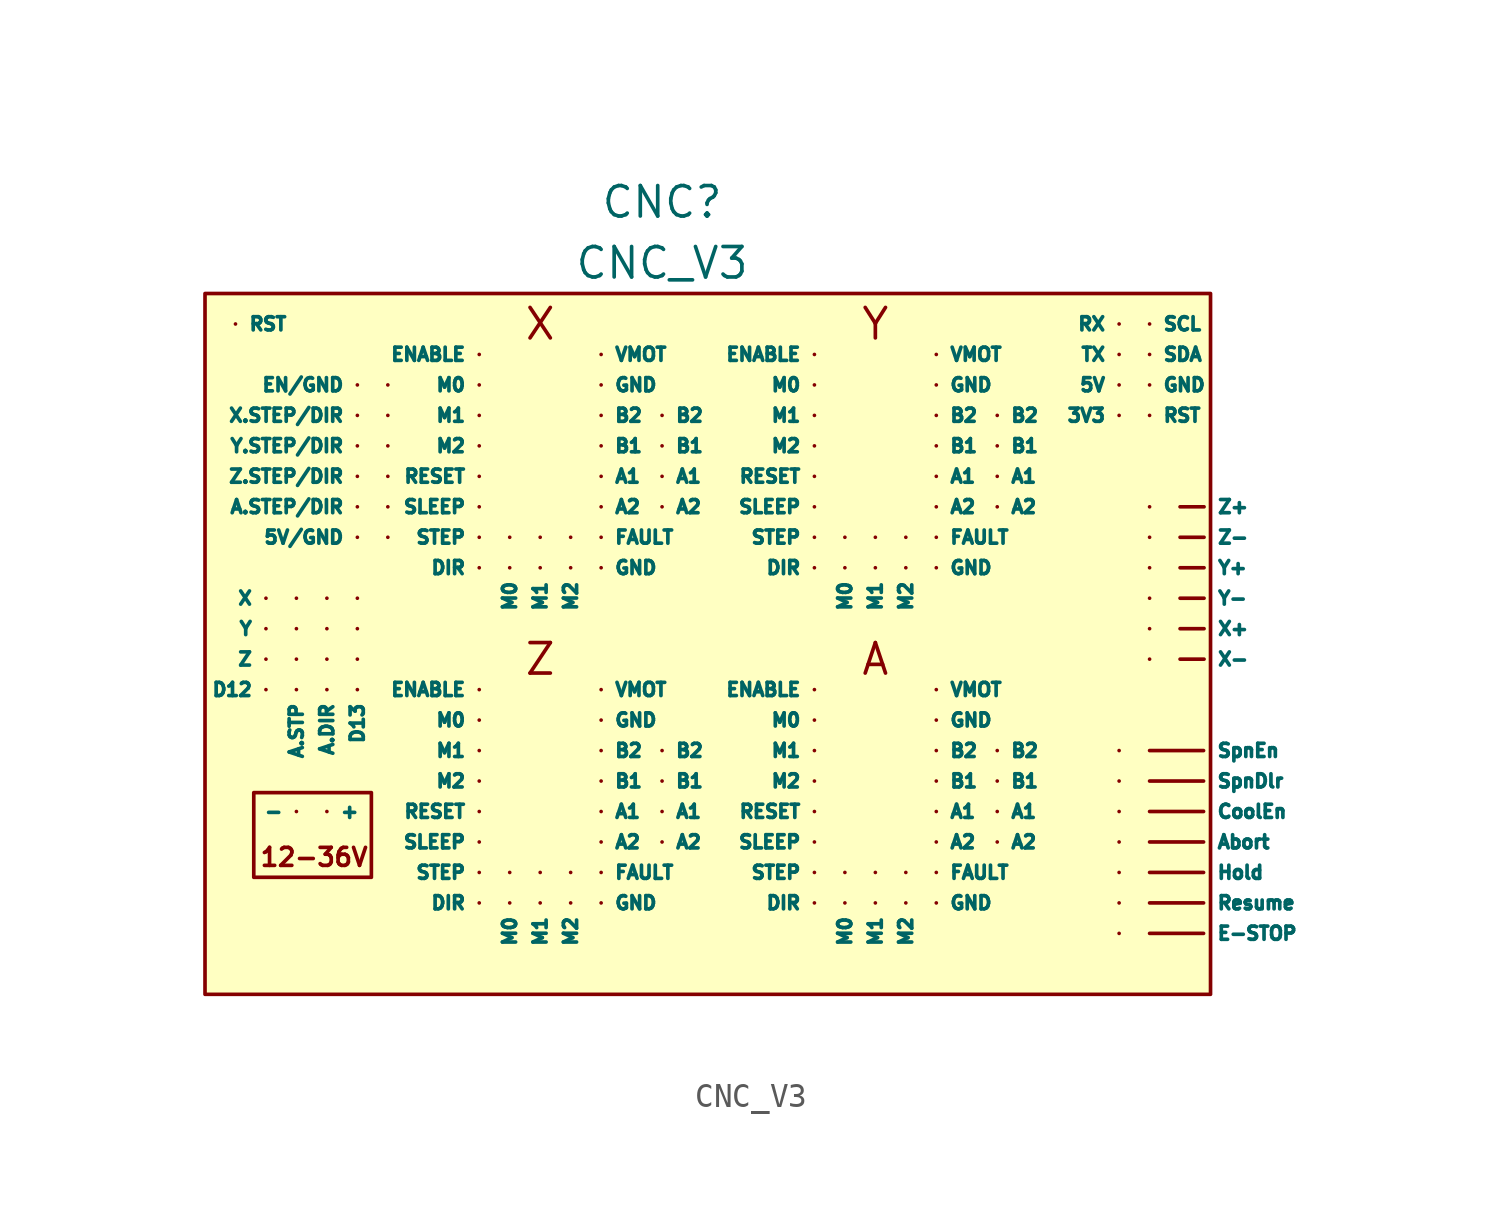
<source format=kicad_sym>
(kicad_symbol_lib
  (version 20211014)
  (generator kicad_symbol_editor)
  (symbol "CNC_V3"
    (pin_numbers hide)
    (property "Reference" "CNC"
      (at 3.81 0 0)
      (effects (font (size 1.27 1.27))))
    (property "Value" "CNC_V3"
      (at 3.81 -2.54 0)
      (effects (font (size 1.27 1.27))))
    (symbol "CNC_V3_0_0"
      (rectangle (start -13.208 -24.613) (end -8.306 -28.143) (stroke (width 0) (type default) (color 0 0 0 0)) (fill (type none)))
      (text "12-36V" (at -10.693 -27.305 0) (effects (font (size 0.75 0.75))))
      (text "A" (at 12.7 -19.05 0) (effects (font (size 1.27 1.27))))
      (text "X" (at -1.27 -5.08 0) (effects (font (size 1.27 1.27))))
      (text "Y" (at 12.7 -5.08 0) (effects (font (size 1.27 1.27))))
      (text "Z" (at -1.27 -19.05 0) (effects (font (size 1.27 1.27)))))
    (symbol "CNC_V3_0_1"
      (rectangle (start -15.24 -3.81) (end 26.67 -33.02) (stroke (width 0) (type default) (color 0 0 0 0)) (fill (type background))))
    (symbol "CNC_V3_1_1"
      (pin input line (at -11.43 -19.05 180) (length 0) (name "" (effects (font (size 0.55 0.55)))) (number "" (effects (font (size 1.27 1.27)))))
      (pin input line (at -11.43 -17.78 180) (length 0) (name "" (effects (font (size 0.55 0.55)))) (number "" (effects (font (size 1.27 1.27)))))
      (pin input line (at -11.43 -16.51 180) (length 0) (name "" (effects (font (size 0.55 0.55)))) (number "" (effects (font (size 1.27 1.27)))))
      (pin input line (at -10.16 -19.05 180) (length 0) (name "" (effects (font (size 0.55 0.55)))) (number "" (effects (font (size 1.27 1.27)))))
      (pin input line (at -10.16 -17.78 180) (length 0) (name "" (effects (font (size 0.55 0.55)))) (number "" (effects (font (size 1.27 1.27)))))
      (pin input line (at -10.16 -16.51 180) (length 0) (name "" (effects (font (size 0.55 0.55)))) (number "" (effects (font (size 1.27 1.27)))))
      (pin input line (at -8.89 -19.05 180) (length 0) (name "" (effects (font (size 0.55 0.55)))) (number "" (effects (font (size 1.27 1.27)))))
      (pin input line (at -8.89 -17.78 180) (length 0) (name "" (effects (font (size 0.55 0.55)))) (number "" (effects (font (size 1.27 1.27)))))
      (pin input line (at -8.89 -16.51 180) (length 0) (name "" (effects (font (size 0.55 0.55)))) (number "" (effects (font (size 1.27 1.27)))))
      (pin input line (at -7.62 -13.97 180) (length 0) (name "" (effects (font (size 0.77 0.77)))) (number "" (effects (font (size 1.27 1.27)))))
      (pin input line (at -7.62 -12.7 180) (length 0) (name "" (effects (font (size 0.77 0.77)))) (number "" (effects (font (size 1.27 1.27)))))
      (pin input line (at -7.62 -11.43 180) (length 0) (name "" (effects (font (size 0.77 0.77)))) (number "" (effects (font (size 1.27 1.27)))))
      (pin input line (at -7.62 -10.16 180) (length 0) (name "" (effects (font (size 0.77 0.77)))) (number "" (effects (font (size 1.27 1.27)))))
      (pin input line (at -7.62 -8.89 180) (length 0) (name "" (effects (font (size 0.77 0.77)))) (number "" (effects (font (size 1.27 1.27)))))
      (pin input line (at -7.62 -7.62 180) (length 0) (name "" (effects (font (size 0.77 0.77)))) (number "" (effects (font (size 1.27 1.27)))))
      (pin input line (at -2.54 -27.94 270) (length 0) (name "" (effects (font (size 0.55 0.55)))) (number "" (effects (font (size 1.27 1.27)))))
      (pin input line (at -2.54 -13.97 270) (length 0) (name "" (effects (font (size 0.55 0.55)))) (number "" (effects (font (size 1.27 1.27)))))
      (pin input line (at -1.27 -27.94 270) (length 0) (name "" (effects (font (size 0.55 0.55)))) (number "" (effects (font (size 1.27 1.27)))))
      (pin input line (at -1.27 -13.97 270) (length 0) (name "" (effects (font (size 0.55 0.55)))) (number "" (effects (font (size 1.27 1.27)))))
      (pin input line (at 0 -27.94 270) (length 0) (name "" (effects (font (size 0.55 0.55)))) (number "" (effects (font (size 1.27 1.27)))))
      (pin input line (at 0 -13.97 270) (length 0) (name "" (effects (font (size 0.55 0.55)))) (number "" (effects (font (size 1.27 1.27)))))
      (pin input line (at 11.43 -27.94 270) (length 0) (name "" (effects (font (size 0.55 0.55)))) (number "" (effects (font (size 1.27 1.27)))))
      (pin input line (at 11.43 -13.97 270) (length 0) (name "" (effects (font (size 0.55 0.55)))) (number "" (effects (font (size 1.27 1.27)))))
      (pin input line (at 12.7 -27.94 270) (length 0) (name "" (effects (font (size 0.55 0.55)))) (number "" (effects (font (size 1.27 1.27)))))
      (pin input line (at 12.7 -13.97 270) (length 0) (name "" (effects (font (size 0.55 0.55)))) (number "" (effects (font (size 1.27 1.27)))))
      (pin input line (at 13.97 -27.94 270) (length 0) (name "" (effects (font (size 0.55 0.55)))) (number "" (effects (font (size 1.27 1.27)))))
      (pin input line (at 13.97 -13.97 270) (length 0) (name "" (effects (font (size 0.55 0.55)))) (number "" (effects (font (size 1.27 1.27)))))
      (pin input line (at -10.16 -25.4 0) (length 0) (name "+" (effects (font (size 0.55 0.55)))) (number "" (effects (font (size 1.27 1.27)))))
      (pin input line (at -11.43 -25.4 180) (length 0) (name "-" (effects (font (size 0.55 0.55)))) (number "" (effects (font (size 1.27 1.27)))))
      (pin input line (at 22.86 -8.89 180) (length 0) (name "3V3" (effects (font (size 0.55 0.55)))) (number "" (effects (font (size 1.27 1.27)))))
      (pin input line (at 22.86 -7.62 180) (length 0) (name "5V" (effects (font (size 0.55 0.55)))) (number "" (effects (font (size 1.27 1.27)))))
      (pin input line (at -8.89 -13.97 180) (length 0) (name "5V/GND" (effects (font (size 0.55 0.55)))) (number "" (effects (font (size 1.27 1.27)))))
      (pin input line (at -10.16 -20.32 270) (length 0) (name "A.DIR" (effects (font (size 0.55 0.55)))) (number "" (effects (font (size 1.27 1.27)))))
      (pin input line (at -8.89 -12.7 180) (length 0) (name "A.STEP/DIR" (effects (font (size 0.55 0.55)))) (number "" (effects (font (size 1.27 1.27)))))
      (pin input line (at -11.43 -20.32 270) (length 0) (name "A.STP" (effects (font (size 0.55 0.55)))) (number "" (effects (font (size 1.27 1.27)))))
      (pin input line (at 1.27 -25.4 0) (length 0) (name "A1" (effects (font (size 0.55 0.55)))) (number "" (effects (font (size 1.27 1.27)))))
      (pin input line (at 1.27 -11.43 0) (length 0) (name "A1" (effects (font (size 0.55 0.55)))) (number "" (effects (font (size 1.27 1.27)))))
      (pin input line (at 3.81 -25.4 0) (length 0) (name "A1" (effects (font (size 0.55 0.55)))) (number "" (effects (font (size 1.27 1.27)))))
      (pin input line (at 3.81 -11.43 0) (length 0) (name "A1" (effects (font (size 0.55 0.55)))) (number "" (effects (font (size 1.27 1.27)))))
      (pin input line (at 15.24 -25.4 0) (length 0) (name "A1" (effects (font (size 0.55 0.55)))) (number "" (effects (font (size 1.27 1.27)))))
      (pin input line (at 15.24 -11.43 0) (length 0) (name "A1" (effects (font (size 0.55 0.55)))) (number "" (effects (font (size 1.27 1.27)))))
      (pin input line (at 17.78 -25.4 0) (length 0) (name "A1" (effects (font (size 0.55 0.55)))) (number "" (effects (font (size 1.27 1.27)))))
      (pin input line (at 17.78 -11.43 0) (length 0) (name "A1" (effects (font (size 0.55 0.55)))) (number "" (effects (font (size 1.27 1.27)))))
      (pin input line (at 1.27 -26.67 0) (length 0) (name "A2" (effects (font (size 0.55 0.55)))) (number "" (effects (font (size 1.27 1.27)))))
      (pin input line (at 1.27 -12.7 0) (length 0) (name "A2" (effects (font (size 0.55 0.55)))) (number "" (effects (font (size 1.27 1.27)))))
      (pin input line (at 3.81 -26.67 0) (length 0) (name "A2" (effects (font (size 0.55 0.55)))) (number "" (effects (font (size 1.27 1.27)))))
      (pin input line (at 3.81 -12.7 0) (length 0) (name "A2" (effects (font (size 0.55 0.55)))) (number "" (effects (font (size 1.27 1.27)))))
      (pin input line (at 15.24 -26.67 0) (length 0) (name "A2" (effects (font (size 0.55 0.55)))) (number "" (effects (font (size 1.27 1.27)))))
      (pin input line (at 15.24 -12.7 0) (length 0) (name "A2" (effects (font (size 0.55 0.55)))) (number "" (effects (font (size 1.27 1.27)))))
      (pin input line (at 17.78 -26.67 0) (length 0) (name "A2" (effects (font (size 0.55 0.55)))) (number "" (effects (font (size 1.27 1.27)))))
      (pin input line (at 17.78 -12.7 0) (length 0) (name "A2" (effects (font (size 0.55 0.55)))) (number "" (effects (font (size 1.27 1.27)))))
      (pin input line (at 1.27 -24.13 0) (length 0) (name "B1" (effects (font (size 0.55 0.55)))) (number "" (effects (font (size 1.27 1.27)))))
      (pin input line (at 1.27 -10.16 0) (length 0) (name "B1" (effects (font (size 0.55 0.55)))) (number "" (effects (font (size 1.27 1.27)))))
      (pin input line (at 3.81 -24.13 0) (length 0) (name "B1" (effects (font (size 0.55 0.55)))) (number "" (effects (font (size 1.27 1.27)))))
      (pin input line (at 3.81 -10.16 0) (length 0) (name "B1" (effects (font (size 0.55 0.55)))) (number "" (effects (font (size 1.27 1.27)))))
      (pin input line (at 15.24 -24.13 0) (length 0) (name "B1" (effects (font (size 0.55 0.55)))) (number "" (effects (font (size 1.27 1.27)))))
      (pin input line (at 15.24 -10.16 0) (length 0) (name "B1" (effects (font (size 0.55 0.55)))) (number "" (effects (font (size 1.27 1.27)))))
      (pin input line (at 17.78 -24.13 0) (length 0) (name "B1" (effects (font (size 0.55 0.55)))) (number "" (effects (font (size 1.27 1.27)))))
      (pin input line (at 17.78 -10.16 0) (length 0) (name "B1" (effects (font (size 0.55 0.55)))) (number "" (effects (font (size 1.27 1.27)))))
      (pin input line (at 1.27 -22.86 0) (length 0) (name "B2" (effects (font (size 0.55 0.55)))) (number "" (effects (font (size 1.27 1.27)))))
      (pin input line (at 1.27 -8.89 0) (length 0) (name "B2" (effects (font (size 0.55 0.55)))) (number "" (effects (font (size 1.27 1.27)))))
      (pin input line (at 3.81 -22.86 0) (length 0) (name "B2" (effects (font (size 0.55 0.55)))) (number "" (effects (font (size 1.27 1.27)))))
      (pin input line (at 3.81 -8.89 0) (length 0) (name "B2" (effects (font (size 0.55 0.55)))) (number "" (effects (font (size 1.27 1.27)))))
      (pin input line (at 15.24 -22.86 0) (length 0) (name "B2" (effects (font (size 0.55 0.55)))) (number "" (effects (font (size 1.27 1.27)))))
      (pin input line (at 15.24 -8.89 0) (length 0) (name "B2" (effects (font (size 0.55 0.55)))) (number "" (effects (font (size 1.27 1.27)))))
      (pin input line (at 17.78 -22.86 0) (length 0) (name "B2" (effects (font (size 0.55 0.55)))) (number "" (effects (font (size 1.27 1.27)))))
      (pin input line (at 17.78 -8.89 0) (length 0) (name "B2" (effects (font (size 0.55 0.55)))) (number "" (effects (font (size 1.27 1.27)))))
      (pin input line (at -12.7 -20.32 180) (length 0) (name "D12" (effects (font (size 0.55 0.55)))) (number "" (effects (font (size 1.27 1.27)))))
      (pin input line (at -8.89 -20.32 270) (length 0) (name "D13" (effects (font (size 0.55 0.55)))) (number "" (effects (font (size 1.27 1.27)))))
      (pin input line (at -3.81 -29.21 180) (length 0) (name "DIR" (effects (font (size 0.55 0.55)))) (number "" (effects (font (size 1.27 1.27)))))
      (pin input line (at -3.81 -15.24 180) (length 0) (name "DIR" (effects (font (size 0.55 0.55)))) (number "" (effects (font (size 1.27 1.27)))))
      (pin input line (at 10.16 -29.21 180) (length 0) (name "DIR" (effects (font (size 0.55 0.55)))) (number "" (effects (font (size 1.27 1.27)))))
      (pin input line (at 10.16 -15.24 180) (length 0) (name "DIR" (effects (font (size 0.55 0.55)))) (number "" (effects (font (size 1.27 1.27)))))
      (pin input line (at -8.89 -7.62 180) (length 0) (name "EN/GND" (effects (font (size 0.55 0.55)))) (number "" (effects (font (size 1.27 1.27)))))
      (pin input line (at -3.81 -20.32 180) (length 0) (name "ENABLE" (effects (font (size 0.55 0.55)))) (number "" (effects (font (size 1.27 1.27)))))
      (pin input line (at -3.81 -6.35 180) (length 0) (name "ENABLE" (effects (font (size 0.55 0.55)))) (number "" (effects (font (size 1.27 1.27)))))
      (pin input line (at 10.16 -20.32 180) (length 0) (name "ENABLE" (effects (font (size 0.55 0.55)))) (number "" (effects (font (size 1.27 1.27)))))
      (pin input line (at 10.16 -6.35 180) (length 0) (name "ENABLE" (effects (font (size 0.55 0.55)))) (number "" (effects (font (size 1.27 1.27)))))
      (pin input line (at 1.27 -27.94 0) (length 0) (name "FAULT" (effects (font (size 0.55 0.55)))) (number "" (effects (font (size 1.27 1.27)))))
      (pin input line (at 1.27 -13.97 0) (length 0) (name "FAULT" (effects (font (size 0.55 0.55)))) (number "" (effects (font (size 1.27 1.27)))))
      (pin input line (at 15.24 -27.94 0) (length 0) (name "FAULT" (effects (font (size 0.55 0.55)))) (number "" (effects (font (size 1.27 1.27)))))
      (pin input line (at 15.24 -13.97 0) (length 0) (name "FAULT" (effects (font (size 0.55 0.55)))) (number "" (effects (font (size 1.27 1.27)))))
      (pin input line (at 1.27 -29.21 0) (length 0) (name "GND" (effects (font (size 0.55 0.55)))) (number "" (effects (font (size 1.27 1.27)))))
      (pin input line (at 1.27 -21.59 0) (length 0) (name "GND" (effects (font (size 0.55 0.55)))) (number "" (effects (font (size 1.27 1.27)))))
      (pin input line (at 1.27 -15.24 0) (length 0) (name "GND" (effects (font (size 0.55 0.55)))) (number "" (effects (font (size 1.27 1.27)))))
      (pin input line (at 1.27 -7.62 0) (length 0) (name "GND" (effects (font (size 0.55 0.55)))) (number "" (effects (font (size 1.27 1.27)))))
      (pin input line (at 15.24 -29.21 0) (length 0) (name "GND" (effects (font (size 0.55 0.55)))) (number "" (effects (font (size 1.27 1.27)))))
      (pin input line (at 15.24 -21.59 0) (length 0) (name "GND" (effects (font (size 0.55 0.55)))) (number "" (effects (font (size 1.27 1.27)))))
      (pin input line (at 15.24 -15.24 0) (length 0) (name "GND" (effects (font (size 0.55 0.55)))) (number "" (effects (font (size 1.27 1.27)))))
      (pin input line (at 15.24 -7.62 0) (length 0) (name "GND" (effects (font (size 0.55 0.55)))) (number "" (effects (font (size 1.27 1.27)))))
      (pin input line (at 24.13 -7.62 0) (length 0) (name "GND" (effects (font (size 0.55 0.55)))) (number "" (effects (font (size 1.27 1.27)))))
      (pin input line (at -3.81 -21.59 180) (length 0) (name "M0" (effects (font (size 0.55 0.55)))) (number "" (effects (font (size 1.27 1.27)))))
      (pin input line (at -3.81 -7.62 180) (length 0) (name "M0" (effects (font (size 0.55 0.55)))) (number "" (effects (font (size 1.27 1.27)))))
      (pin input line (at -2.54 -29.21 270) (length 0) (name "M0" (effects (font (size 0.55 0.55)))) (number "" (effects (font (size 1.27 1.27)))))
      (pin input line (at -2.54 -15.24 270) (length 0) (name "M0" (effects (font (size 0.55 0.55)))) (number "" (effects (font (size 1.27 1.27)))))
      (pin input line (at 10.16 -21.59 180) (length 0) (name "M0" (effects (font (size 0.55 0.55)))) (number "" (effects (font (size 1.27 1.27)))))
      (pin input line (at 10.16 -7.62 180) (length 0) (name "M0" (effects (font (size 0.55 0.55)))) (number "" (effects (font (size 1.27 1.27)))))
      (pin input line (at 11.43 -29.21 270) (length 0) (name "M0" (effects (font (size 0.55 0.55)))) (number "" (effects (font (size 1.27 1.27)))))
      (pin input line (at 11.43 -15.24 270) (length 0) (name "M0" (effects (font (size 0.55 0.55)))) (number "" (effects (font (size 1.27 1.27)))))
      (pin input line (at -3.81 -22.86 180) (length 0) (name "M1" (effects (font (size 0.55 0.55)))) (number "" (effects (font (size 1.27 1.27)))))
      (pin input line (at -3.81 -8.89 180) (length 0) (name "M1" (effects (font (size 0.55 0.55)))) (number "" (effects (font (size 1.27 1.27)))))
      (pin input line (at -1.27 -29.21 270) (length 0) (name "M1" (effects (font (size 0.55 0.55)))) (number "" (effects (font (size 1.27 1.27)))))
      (pin input line (at -1.27 -15.24 270) (length 0) (name "M1" (effects (font (size 0.55 0.55)))) (number "" (effects (font (size 1.27 1.27)))))
      (pin input line (at 10.16 -22.86 180) (length 0) (name "M1" (effects (font (size 0.55 0.55)))) (number "" (effects (font (size 1.27 1.27)))))
      (pin input line (at 10.16 -8.89 180) (length 0) (name "M1" (effects (font (size 0.55 0.55)))) (number "" (effects (font (size 1.27 1.27)))))
      (pin input line (at 12.7 -29.21 270) (length 0) (name "M1" (effects (font (size 0.55 0.55)))) (number "" (effects (font (size 1.27 1.27)))))
      (pin input line (at 12.7 -15.24 270) (length 0) (name "M1" (effects (font (size 0.55 0.55)))) (number "" (effects (font (size 1.27 1.27)))))
      (pin input line (at -3.81 -24.13 180) (length 0) (name "M2" (effects (font (size 0.55 0.55)))) (number "" (effects (font (size 1.27 1.27)))))
      (pin input line (at -3.81 -10.16 180) (length 0) (name "M2" (effects (font (size 0.55 0.55)))) (number "" (effects (font (size 1.27 1.27)))))
      (pin input line (at 0 -29.21 270) (length 0) (name "M2" (effects (font (size 0.55 0.55)))) (number "" (effects (font (size 1.27 1.27)))))
      (pin input line (at 0 -15.24 270) (length 0) (name "M2" (effects (font (size 0.55 0.55)))) (number "" (effects (font (size 1.27 1.27)))))
      (pin input line (at 10.16 -24.13 180) (length 0) (name "M2" (effects (font (size 0.55 0.55)))) (number "" (effects (font (size 1.27 1.27)))))
      (pin input line (at 10.16 -10.16 180) (length 0) (name "M2" (effects (font (size 0.55 0.55)))) (number "" (effects (font (size 1.27 1.27)))))
      (pin input line (at 13.97 -29.21 270) (length 0) (name "M2" (effects (font (size 0.55 0.55)))) (number "" (effects (font (size 1.27 1.27)))))
      (pin input line (at 13.97 -15.24 270) (length 0) (name "M2" (effects (font (size 0.55 0.55)))) (number "" (effects (font (size 1.27 1.27)))))
      (pin input line (at -3.81 -25.4 180) (length 0) (name "RESET" (effects (font (size 0.55 0.55)))) (number "" (effects (font (size 1.27 1.27)))))
      (pin input line (at -3.81 -11.43 180) (length 0) (name "RESET" (effects (font (size 0.55 0.55)))) (number "" (effects (font (size 1.27 1.27)))))
      (pin input line (at 10.16 -25.4 180) (length 0) (name "RESET" (effects (font (size 0.55 0.55)))) (number "" (effects (font (size 1.27 1.27)))))
      (pin input line (at 10.16 -11.43 180) (length 0) (name "RESET" (effects (font (size 0.55 0.55)))) (number "" (effects (font (size 1.27 1.27)))))
      (pin input line (at -13.97 -5.08 0) (length 0) (name "RST" (effects (font (size 0.55 0.55)))) (number "" (effects (font (size 1.27 1.27)))))
      (pin input line (at 24.13 -8.89 0) (length 0) (name "RST" (effects (font (size 0.55 0.55)))) (number "" (effects (font (size 1.27 1.27)))))
      (pin input line (at 22.86 -5.08 180) (length 0) (name "RX" (effects (font (size 0.55 0.55)))) (number "" (effects (font (size 1.27 1.27)))))
      (pin input line (at 24.13 -5.08 0) (length 0) (name "SCL" (effects (font (size 0.55 0.55)))) (number "" (effects (font (size 1.27 1.27)))))
      (pin input line (at 24.13 -6.35 0) (length 0) (name "SDA" (effects (font (size 0.55 0.55)))) (number "" (effects (font (size 1.27 1.27)))))
      (pin input line (at -3.81 -26.67 180) (length 0) (name "SLEEP" (effects (font (size 0.55 0.55)))) (number "" (effects (font (size 1.27 1.27)))))
      (pin input line (at -3.81 -12.7 180) (length 0) (name "SLEEP" (effects (font (size 0.55 0.55)))) (number "" (effects (font (size 1.27 1.27)))))
      (pin input line (at 10.16 -26.67 180) (length 0) (name "SLEEP" (effects (font (size 0.55 0.55)))) (number "" (effects (font (size 1.27 1.27)))))
      (pin input line (at 10.16 -12.7 180) (length 0) (name "SLEEP" (effects (font (size 0.55 0.55)))) (number "" (effects (font (size 1.27 1.27)))))
      (pin input line (at -3.81 -27.94 180) (length 0) (name "STEP" (effects (font (size 0.55 0.55)))) (number "" (effects (font (size 1.27 1.27)))))
      (pin input line (at -3.81 -13.97 180) (length 0) (name "STEP" (effects (font (size 0.55 0.55)))) (number "" (effects (font (size 1.27 1.27)))))
      (pin input line (at 10.16 -27.94 180) (length 0) (name "STEP" (effects (font (size 0.55 0.55)))) (number "" (effects (font (size 1.27 1.27)))))
      (pin input line (at 10.16 -13.97 180) (length 0) (name "STEP" (effects (font (size 0.55 0.55)))) (number "" (effects (font (size 1.27 1.27)))))
      (pin input line (at 22.86 -6.35 180) (length 0) (name "TX" (effects (font (size 0.55 0.55)))) (number "" (effects (font (size 1.27 1.27)))))
      (pin input line (at 1.27 -20.32 0) (length 0) (name "VMOT" (effects (font (size 0.55 0.55)))) (number "" (effects (font (size 1.27 1.27)))))
      (pin input line (at 1.27 -6.35 0) (length 0) (name "VMOT" (effects (font (size 0.55 0.55)))) (number "" (effects (font (size 1.27 1.27)))))
      (pin input line (at 15.24 -20.32 0) (length 0) (name "VMOT" (effects (font (size 0.55 0.55)))) (number "" (effects (font (size 1.27 1.27)))))
      (pin input line (at 15.24 -6.35 0) (length 0) (name "VMOT" (effects (font (size 0.55 0.55)))) (number "" (effects (font (size 1.27 1.27)))))
      (pin input line (at -12.7 -16.51 180) (length 0) (name "X" (effects (font (size 0.55 0.55)))) (number "" (effects (font (size 1.27 1.27)))))
      (pin input line (at -8.89 -8.89 180) (length 0) (name "X.STEP/DIR" (effects (font (size 0.55 0.55)))) (number "" (effects (font (size 1.27 1.27)))))
      (pin input line (at -12.7 -17.78 180) (length 0) (name "Y" (effects (font (size 0.55 0.55)))) (number "" (effects (font (size 1.27 1.27)))))
      (pin input line (at -8.89 -10.16 180) (length 0) (name "Y.STEP/DIR" (effects (font (size 0.55 0.55)))) (number "" (effects (font (size 1.27 1.27)))))
      (pin input line (at -12.7 -19.05 180) (length 0) (name "Z" (effects (font (size 0.55 0.55)))) (number "" (effects (font (size 1.27 1.27)))))
      (pin input line (at -8.89 -11.43 180) (length 0) (name "Z.STEP/DIR" (effects (font (size 0.55 0.55)))) (number "" (effects (font (size 1.27 1.27)))))
      (pin input line (at 24.13 -30.48 0) (length 2.25) (name "E-STOP" (effects (font (size 0.55 0.55)))) (number "1" (effects (font (size 1.27 1.27)))))
      (pin input line (at 22.86 -25.4 0) (length 0) (name "" (effects (font (size 1.27 1.27)))) (number "10" (effects (font (size 1.27 1.27)))))
      (pin input line (at 24.13 -24.13 0) (length 2.25) (name "SpnDlr" (effects (font (size 0.55 0.55)))) (number "11" (effects (font (size 1.27 1.27)))))
      (pin input line (at 22.86 -24.13 0) (length 0) (name "" (effects (font (size 1.27 1.27)))) (number "12" (effects (font (size 1.27 1.27)))))
      (pin input line (at 24.13 -22.86 0) (length 2.25) (name "SpnEn" (effects (font (size 0.55 0.55)))) (number "13" (effects (font (size 1.27 1.27)))))
      (pin input line (at 25.4 -17.78 0) (length 1) (name "X+" (effects (font (size 0.55 0.55)))) (number "13" (effects (font (size 1.27 1.27)))))
      (pin input line (at 25.4 -19.05 0) (length 1) (name "X-" (effects (font (size 0.55 0.55)))) (number "13" (effects (font (size 1.27 1.27)))))
      (pin input line (at 25.4 -15.24 0) (length 1) (name "Y+" (effects (font (size 0.55 0.55)))) (number "13" (effects (font (size 1.27 1.27)))))
      (pin input line (at 25.4 -16.51 0) (length 1) (name "Y-" (effects (font (size 0.55 0.55)))) (number "13" (effects (font (size 1.27 1.27)))))
      (pin input line (at 25.4 -12.7 0) (length 1) (name "Z+" (effects (font (size 0.55 0.55)))) (number "13" (effects (font (size 1.27 1.27)))))
      (pin input line (at 25.4 -13.97 0) (length 1) (name "Z-" (effects (font (size 0.55 0.55)))) (number "13" (effects (font (size 1.27 1.27)))))
      (pin input line (at 22.86 -22.86 0) (length 0) (name "" (effects (font (size 1.27 1.27)))) (number "14" (effects (font (size 1.27 1.27)))))
      (pin input line (at 24.13 -19.05 0) (length 0) (name "" (effects (font (size 1.27 1.27)))) (number "14" (effects (font (size 1.27 1.27)))))
      (pin input line (at 24.13 -17.78 0) (length 0) (name "" (effects (font (size 1.27 1.27)))) (number "14" (effects (font (size 1.27 1.27)))))
      (pin input line (at 24.13 -16.51 0) (length 0) (name "" (effects (font (size 1.27 1.27)))) (number "14" (effects (font (size 1.27 1.27)))))
      (pin input line (at 24.13 -15.24 0) (length 0) (name "" (effects (font (size 1.27 1.27)))) (number "14" (effects (font (size 1.27 1.27)))))
      (pin input line (at 24.13 -13.97 0) (length 0) (name "" (effects (font (size 1.27 1.27)))) (number "14" (effects (font (size 1.27 1.27)))))
      (pin input line (at 24.13 -12.7 0) (length 0) (name "" (effects (font (size 1.27 1.27)))) (number "14" (effects (font (size 1.27 1.27)))))
      (pin input line (at 22.86 -30.48 0) (length 0) (name "" (effects (font (size 1.27 1.27)))) (number "2" (effects (font (size 1.27 1.27)))))
      (pin input line (at 24.13 -29.21 0) (length 2.25) (name "Resume" (effects (font (size 0.55 0.55)))) (number "3" (effects (font (size 1.27 1.27)))))
      (pin input line (at 22.86 -29.21 0) (length 0) (name "" (effects (font (size 1.27 1.27)))) (number "4" (effects (font (size 1.27 1.27)))))
      (pin input line (at 24.13 -27.94 0) (length 2.25) (name "Hold" (effects (font (size 0.55 0.55)))) (number "5" (effects (font (size 1.27 1.27)))))
      (pin input line (at 22.86 -27.94 0) (length 0) (name "" (effects (font (size 1.27 1.27)))) (number "6" (effects (font (size 1.27 1.27)))))
      (pin input line (at 24.13 -26.67 0) (length 2.25) (name "Abort" (effects (font (size 0.55 0.55)))) (number "7" (effects (font (size 1.27 1.27)))))
      (pin input line (at 22.86 -26.67 0) (length 0) (name "" (effects (font (size 1.27 1.27)))) (number "8" (effects (font (size 1.27 1.27)))))
      (pin input line (at 24.13 -25.4 0) (length 2.25) (name "CoolEn" (effects (font (size 0.55 0.55)))) (number "9" (effects (font (size 1.27 1.27))))))))
</source>
